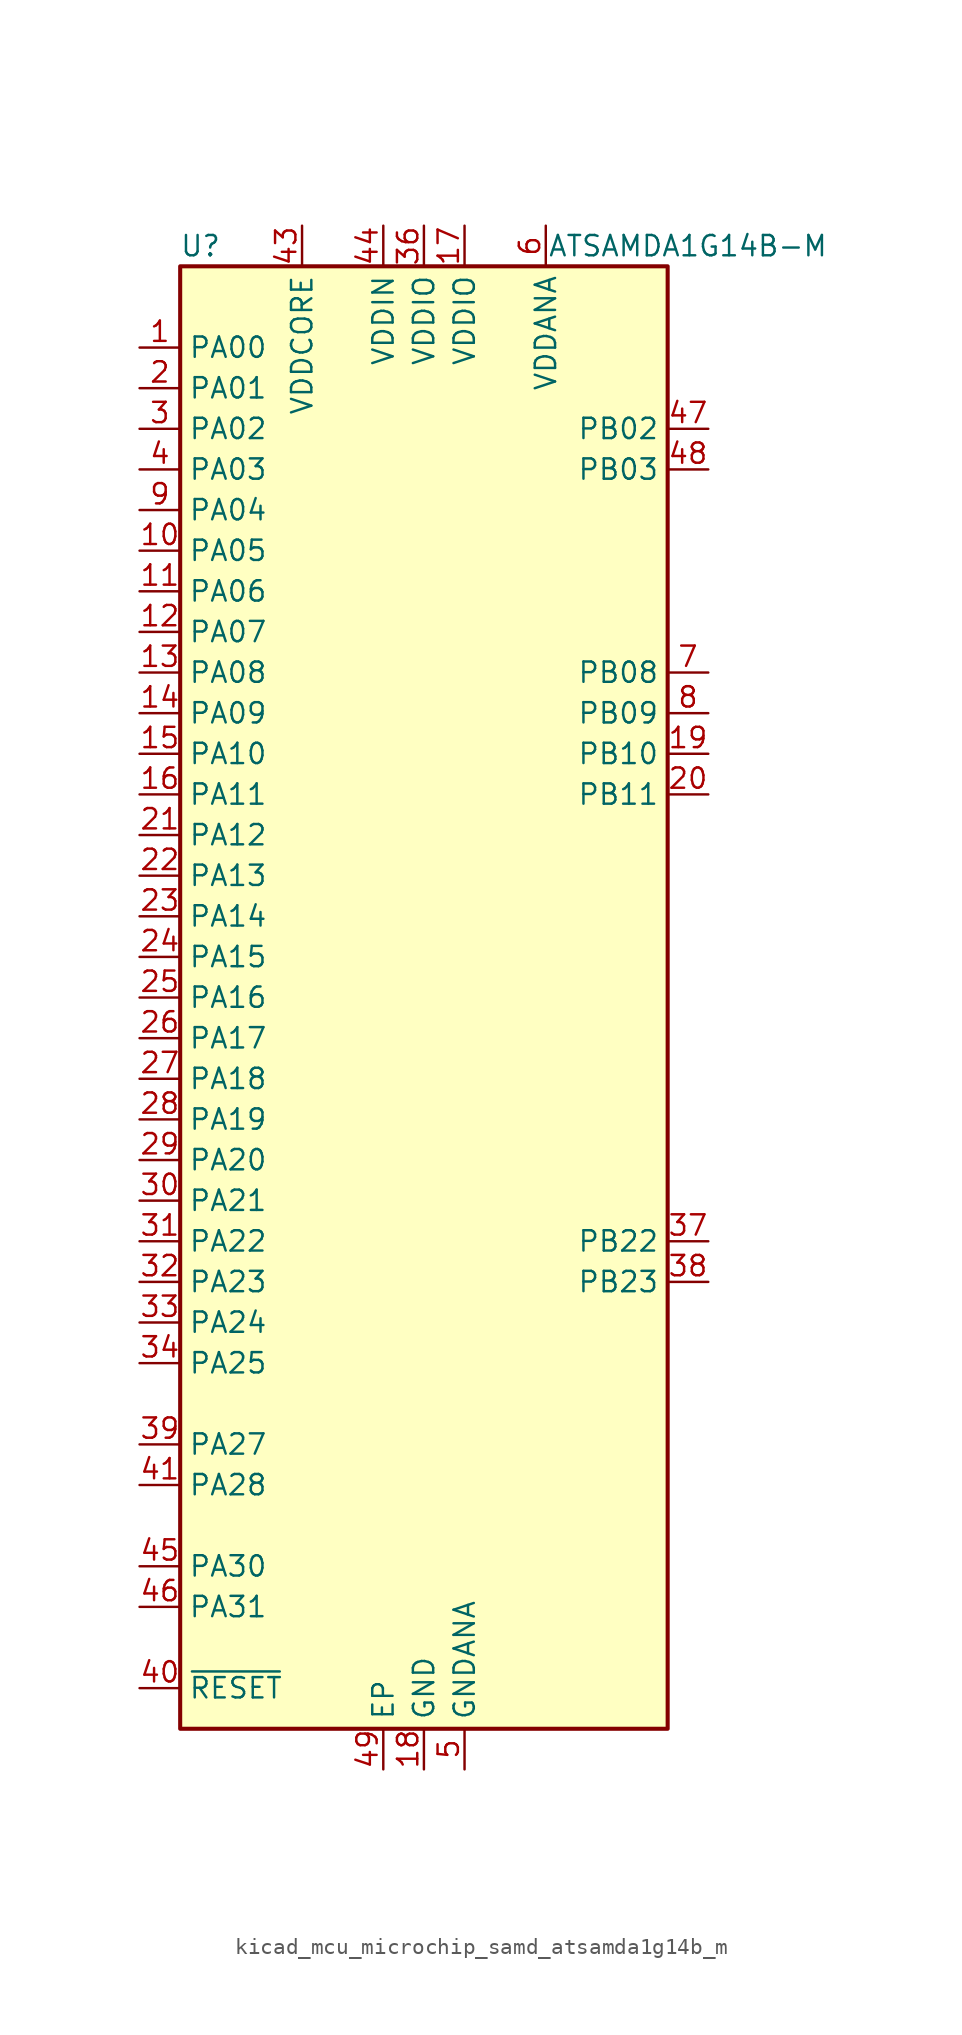
<source format=kicad_sym>
(kicad_symbol_lib
  (version 20220914)
  (generator kicad_symbol_editor)
  (symbol "kicad_mcu_microchip_samd_atsamda1g14b_m"
    (property "Reference" "U"
      (at -13.97 46.99 0)
      (effects (font (size 1.27 1.27))))
    (property "Value" "ATSAMDA1G14B-M"
      (at 16.51 46.99 0)
      (effects (font (size 1.27 1.27))))
    (symbol "kicad_mcu_microchip_samd_atsamda1g14b_m_0_1"
      (rectangle (start -15.24 45.72) (end 15.24 -45.72) (stroke (width 0.254) (type default)) (fill (type background))))
    (symbol "kicad_mcu_microchip_samd_atsamda1g14b_m_1_1"
      (pin bidirectional line (at -17.78 40.64 0) (length 2.54) (name "PA00" (effects (font (size 1.27 1.27)))) (number "1" (effects (font (size 1.27 1.27)))))
      (pin bidirectional line (at -17.78 27.94 0) (length 2.54) (name "PA05" (effects (font (size 1.27 1.27)))) (number "10" (effects (font (size 1.27 1.27)))))
      (pin bidirectional line (at -17.78 25.4 0) (length 2.54) (name "PA06" (effects (font (size 1.27 1.27)))) (number "11" (effects (font (size 1.27 1.27)))))
      (pin bidirectional line (at -17.78 22.86 0) (length 2.54) (name "PA07" (effects (font (size 1.27 1.27)))) (number "12" (effects (font (size 1.27 1.27)))))
      (pin bidirectional line (at -17.78 20.32 0) (length 2.54) (name "PA08" (effects (font (size 1.27 1.27)))) (number "13" (effects (font (size 1.27 1.27)))))
      (pin bidirectional line (at -17.78 17.78 0) (length 2.54) (name "PA09" (effects (font (size 1.27 1.27)))) (number "14" (effects (font (size 1.27 1.27)))))
      (pin bidirectional line (at -17.78 15.24 0) (length 2.54) (name "PA10" (effects (font (size 1.27 1.27)))) (number "15" (effects (font (size 1.27 1.27)))))
      (pin bidirectional line (at -17.78 12.7 0) (length 2.54) (name "PA11" (effects (font (size 1.27 1.27)))) (number "16" (effects (font (size 1.27 1.27)))))
      (pin power_in line (at 2.54 48.26 270) (length 2.54) (name "VDDIO" (effects (font (size 1.27 1.27)))) (number "17" (effects (font (size 1.27 1.27)))))
      (pin power_in line (at 0 -48.26 90) (length 2.54) (name "GND" (effects (font (size 1.27 1.27)))) (number "18" (effects (font (size 1.27 1.27)))))
      (pin bidirectional line (at 17.78 15.24 180) (length 2.54) (name "PB10" (effects (font (size 1.27 1.27)))) (number "19" (effects (font (size 1.27 1.27)))))
      (pin bidirectional line (at -17.78 38.1 0) (length 2.54) (name "PA01" (effects (font (size 1.27 1.27)))) (number "2" (effects (font (size 1.27 1.27)))))
      (pin bidirectional line (at 17.78 12.7 180) (length 2.54) (name "PB11" (effects (font (size 1.27 1.27)))) (number "20" (effects (font (size 1.27 1.27)))))
      (pin bidirectional line (at -17.78 10.16 0) (length 2.54) (name "PA12" (effects (font (size 1.27 1.27)))) (number "21" (effects (font (size 1.27 1.27)))))
      (pin bidirectional line (at -17.78 7.62 0) (length 2.54) (name "PA13" (effects (font (size 1.27 1.27)))) (number "22" (effects (font (size 1.27 1.27)))))
      (pin bidirectional line (at -17.78 5.08 0) (length 2.54) (name "PA14" (effects (font (size 1.27 1.27)))) (number "23" (effects (font (size 1.27 1.27)))))
      (pin bidirectional line (at -17.78 2.54 0) (length 2.54) (name "PA15" (effects (font (size 1.27 1.27)))) (number "24" (effects (font (size 1.27 1.27)))))
      (pin bidirectional line (at -17.78 0 0) (length 2.54) (name "PA16" (effects (font (size 1.27 1.27)))) (number "25" (effects (font (size 1.27 1.27)))))
      (pin bidirectional line (at -17.78 -2.54 0) (length 2.54) (name "PA17" (effects (font (size 1.27 1.27)))) (number "26" (effects (font (size 1.27 1.27)))))
      (pin bidirectional line (at -17.78 -5.08 0) (length 2.54) (name "PA18" (effects (font (size 1.27 1.27)))) (number "27" (effects (font (size 1.27 1.27)))))
      (pin bidirectional line (at -17.78 -7.62 0) (length 2.54) (name "PA19" (effects (font (size 1.27 1.27)))) (number "28" (effects (font (size 1.27 1.27)))))
      (pin bidirectional line (at -17.78 -10.16 0) (length 2.54) (name "PA20" (effects (font (size 1.27 1.27)))) (number "29" (effects (font (size 1.27 1.27)))))
      (pin bidirectional line (at -17.78 35.56 0) (length 2.54) (name "PA02" (effects (font (size 1.27 1.27)))) (number "3" (effects (font (size 1.27 1.27)))))
      (pin bidirectional line (at -17.78 -12.7 0) (length 2.54) (name "PA21" (effects (font (size 1.27 1.27)))) (number "30" (effects (font (size 1.27 1.27)))))
      (pin bidirectional line (at -17.78 -15.24 0) (length 2.54) (name "PA22" (effects (font (size 1.27 1.27)))) (number "31" (effects (font (size 1.27 1.27)))))
      (pin bidirectional line (at -17.78 -17.78 0) (length 2.54) (name "PA23" (effects (font (size 1.27 1.27)))) (number "32" (effects (font (size 1.27 1.27)))))
      (pin bidirectional line (at -17.78 -20.32 0) (length 2.54) (name "PA24" (effects (font (size 1.27 1.27)))) (number "33" (effects (font (size 1.27 1.27)))))
      (pin bidirectional line (at -17.78 -22.86 0) (length 2.54) (name "PA25" (effects (font (size 1.27 1.27)))) (number "34" (effects (font (size 1.27 1.27)))))
      (pin passive line (at 0 -48.26 90) (length 2.54) hide (name "GND" (effects (font (size 1.27 1.27)))) (number "35" (effects (font (size 1.27 1.27)))))
      (pin power_in line (at 0 48.26 270) (length 2.54) (name "VDDIO" (effects (font (size 1.27 1.27)))) (number "36" (effects (font (size 1.27 1.27)))))
      (pin bidirectional line (at 17.78 -15.24 180) (length 2.54) (name "PB22" (effects (font (size 1.27 1.27)))) (number "37" (effects (font (size 1.27 1.27)))))
      (pin bidirectional line (at 17.78 -17.78 180) (length 2.54) (name "PB23" (effects (font (size 1.27 1.27)))) (number "38" (effects (font (size 1.27 1.27)))))
      (pin bidirectional line (at -17.78 -27.94 0) (length 2.54) (name "PA27" (effects (font (size 1.27 1.27)))) (number "39" (effects (font (size 1.27 1.27)))))
      (pin bidirectional line (at -17.78 33.02 0) (length 2.54) (name "PA03" (effects (font (size 1.27 1.27)))) (number "4" (effects (font (size 1.27 1.27)))))
      (pin input line (at -17.78 -43.18 0) (length 2.54) (name "~{RESET}" (effects (font (size 1.27 1.27)))) (number "40" (effects (font (size 1.27 1.27)))))
      (pin bidirectional line (at -17.78 -30.48 0) (length 2.54) (name "PA28" (effects (font (size 1.27 1.27)))) (number "41" (effects (font (size 1.27 1.27)))))
      (pin passive line (at 0 -48.26 90) (length 2.54) hide (name "GND" (effects (font (size 1.27 1.27)))) (number "42" (effects (font (size 1.27 1.27)))))
      (pin power_out line (at -7.62 48.26 270) (length 2.54) (name "VDDCORE" (effects (font (size 1.27 1.27)))) (number "43" (effects (font (size 1.27 1.27)))))
      (pin power_in line (at -2.54 48.26 270) (length 2.54) (name "VDDIN" (effects (font (size 1.27 1.27)))) (number "44" (effects (font (size 1.27 1.27)))))
      (pin bidirectional line (at -17.78 -35.56 0) (length 2.54) (name "PA30" (effects (font (size 1.27 1.27)))) (number "45" (effects (font (size 1.27 1.27)))))
      (pin bidirectional line (at -17.78 -38.1 0) (length 2.54) (name "PA31" (effects (font (size 1.27 1.27)))) (number "46" (effects (font (size 1.27 1.27)))))
      (pin bidirectional line (at 17.78 35.56 180) (length 2.54) (name "PB02" (effects (font (size 1.27 1.27)))) (number "47" (effects (font (size 1.27 1.27)))))
      (pin bidirectional line (at 17.78 33.02 180) (length 2.54) (name "PB03" (effects (font (size 1.27 1.27)))) (number "48" (effects (font (size 1.27 1.27)))))
      (pin passive line (at -2.54 -48.26 90) (length 2.54) (name "EP" (effects (font (size 1.27 1.27)))) (number "49" (effects (font (size 1.27 1.27)))))
      (pin power_in line (at 2.54 -48.26 90) (length 2.54) (name "GNDANA" (effects (font (size 1.27 1.27)))) (number "5" (effects (font (size 1.27 1.27)))))
      (pin power_in line (at 7.62 48.26 270) (length 2.54) (name "VDDANA" (effects (font (size 1.27 1.27)))) (number "6" (effects (font (size 1.27 1.27)))))
      (pin bidirectional line (at 17.78 20.32 180) (length 2.54) (name "PB08" (effects (font (size 1.27 1.27)))) (number "7" (effects (font (size 1.27 1.27)))))
      (pin bidirectional line (at 17.78 17.78 180) (length 2.54) (name "PB09" (effects (font (size 1.27 1.27)))) (number "8" (effects (font (size 1.27 1.27)))))
      (pin bidirectional line (at -17.78 30.48 0) (length 2.54) (name "PA04" (effects (font (size 1.27 1.27)))) (number "9" (effects (font (size 1.27 1.27))))))))
</source>
